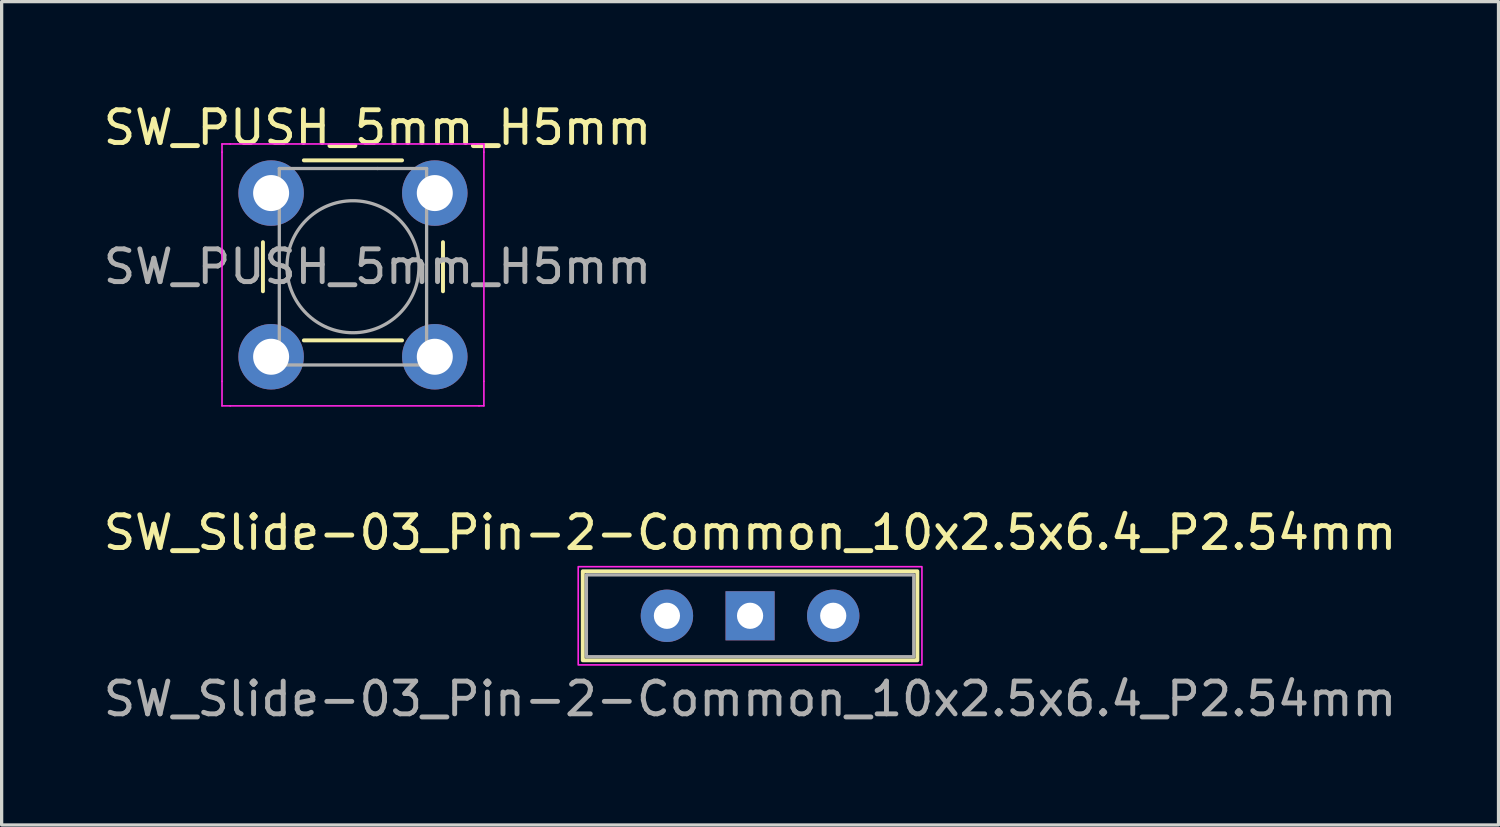
<source format=kicad_pcb>
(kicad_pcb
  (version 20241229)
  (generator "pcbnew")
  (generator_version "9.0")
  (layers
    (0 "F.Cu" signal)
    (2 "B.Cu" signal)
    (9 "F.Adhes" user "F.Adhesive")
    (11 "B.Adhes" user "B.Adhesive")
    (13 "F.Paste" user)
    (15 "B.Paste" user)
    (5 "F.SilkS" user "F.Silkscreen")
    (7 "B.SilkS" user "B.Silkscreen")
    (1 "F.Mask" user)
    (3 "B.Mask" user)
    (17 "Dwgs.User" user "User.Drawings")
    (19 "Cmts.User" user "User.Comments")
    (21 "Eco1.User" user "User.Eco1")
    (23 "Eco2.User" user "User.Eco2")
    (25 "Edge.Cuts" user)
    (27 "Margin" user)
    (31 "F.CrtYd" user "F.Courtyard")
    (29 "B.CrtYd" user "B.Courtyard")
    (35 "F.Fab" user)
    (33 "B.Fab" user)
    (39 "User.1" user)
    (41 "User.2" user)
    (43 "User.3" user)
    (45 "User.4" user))
  (footprint "SW_PUSH_5mm_H5mm"
    (layer "F.Cu")
    (at 5.232 2.848)
    (property "Reference" "SW_PUSH_5mm_H5mm" (at 3.25 -2 0) (layer "F.SilkS") (effects (font (size 1 1) (thickness 0.15))))
    (attr through_hole)
    (fp_line (start -0.25 1.5) (end -0.25 3) (stroke (width 0.12) (type solid)) (layer "F.SilkS"))
    (fp_line (start 1 4.5) (end 4 4.5) (stroke (width 0.12) (type solid)) (layer "F.SilkS"))
    (fp_line (start 4 -1) (end 1 -1) (stroke (width 0.12) (type solid)) (layer "F.SilkS"))
    (fp_line (start 5.25 3) (end 5.25 1.5) (stroke (width 0.12) (type solid)) (layer "F.SilkS"))
    (fp_line (start -1.5 -1.5) (end -1.25 -1.5) (stroke (width 0.05) (type solid)) (layer "F.CrtYd"))
    (fp_line (start -1.5 -1.25) (end -1.5 -1.5) (stroke (width 0.05) (type solid)) (layer "F.CrtYd"))
    (fp_line (start -1.5 5.75) (end -1.5 -1.25) (stroke (width 0.05) (type solid)) (layer "F.CrtYd"))
    (fp_line (start -1.5 5.75) (end -1.5 6.5) (stroke (width 0.05) (type solid)) (layer "F.CrtYd"))
    (fp_line (start -1.5 6.5) (end -1.25 6.5) (stroke (width 0.05) (type solid)) (layer "F.CrtYd"))
    (fp_line (start -1.25 -1.5) (end 6.25 -1.5) (stroke (width 0.05) (type default)) (layer "F.CrtYd"))
    (fp_line (start -1.25 6.5) (end 6.35 6.5) (stroke (width 0.05) (type solid)) (layer "F.CrtYd"))
    (fp_line (start 6.25 -1.5) (end 6.5 -1.5) (stroke (width 0.05) (type solid)) (layer "F.CrtYd"))
    (fp_line (start 6.35 6.5) (end 6.5 6.5) (stroke (width 0.05) (type solid)) (layer "F.CrtYd"))
    (fp_line (start 6.5 -1.5) (end 6.5 -1.25) (stroke (width 0.05) (type solid)) (layer "F.CrtYd"))
    (fp_line (start 6.5 -1.25) (end 6.5 5.75) (stroke (width 0.05) (type solid)) (layer "F.CrtYd"))
    (fp_line (start 6.5 6.5) (end 6.5 5.75) (stroke (width 0.05) (type solid)) (layer "F.CrtYd"))
    (fp_line (start 0.25 -0.75) (end 3.25 -0.75) (stroke (width 0.1) (type solid)) (layer "F.Fab"))
    (fp_line (start 0.25 5.25) (end 0.25 -0.75) (stroke (width 0.1) (type solid)) (layer "F.Fab"))
    (fp_line (start 3.25 -0.75) (end 4.75 -0.75) (stroke (width 0.1) (type solid)) (layer "F.Fab"))
    (fp_line (start 4.75 -0.75) (end 4.75 5.25) (stroke (width 0.1) (type solid)) (layer "F.Fab"))
    (fp_line (start 4.75 5.25) (end 0.25 5.25) (stroke (width 0.1) (type solid)) (layer "F.Fab"))
    (fp_circle (center 2.5 2.25) (end 4.516 2.25) (stroke (width 0.1) (type solid)) (fill no) (layer "F.Fab"))
    (fp_text user "${REFERENCE}" (at 3.25 2.25 0) (layer "F.Fab") (effects (font (size 1 1) (thickness 0.15))))
    (pad "1" thru_hole circle (at 0 0 90) (size 2 2) (drill 1.1) (layers "*.Cu" "*.Mask"))
    (pad "1" thru_hole circle (at 5 0 90) (size 2 2) (drill 1.1) (layers "*.Cu" "*.Mask"))
    (pad "2" thru_hole circle (at 0 5 90) (size 2 2) (drill 1.1) (layers "*.Cu" "*.Mask"))
    (pad "2" thru_hole circle (at 5 5 90) (size 2 2) (drill 1.1) (layers "*.Cu" "*.Mask")))
  (footprint "SW_Slide-03_Pin-2-Common_10x2.5x6.4_P2.54mm"
    (layer "F.Cu")
    (at 19.863 15.761)
    (property "Reference" "SW_Slide-03_Pin-2-Common_10x2.5x6.4_P2.54mm" (at 0 -2.54 0) (layer "F.SilkS") (effects (font (size 1 1) (thickness 0.15))))
    (attr through_hole)
    (fp_rect (start -5.11 -1.36) (end 5.11 1.36) (stroke (width 0.12) (type default)) (fill no) (layer "F.SilkS"))
    (fp_rect (start -5.25 -1.5) (end 5.25 1.5) (stroke (width 0.05) (type default)) (fill no) (layer "F.CrtYd"))
    (fp_rect (start -5 -1.25) (end 5 1.25) (stroke (width 0.1) (type default)) (fill no) (layer "F.Fab"))
    (fp_text user "${REFERENCE}" (at 0 2.54 0) (layer "F.Fab") (effects (font (size 1 1) (thickness 0.15))))
    (pad "1" thru_hole circle (at -2.54 0) (size 1.6 1.6) (drill 0.8) (layers "*.Cu" "*.Mask"))
    (pad "2" thru_hole rect (at 0 0) (size 1.5 1.5) (drill 0.8) (layers "*.Cu" "*.Mask"))
    (pad "3" thru_hole circle (at 2.54 0) (size 1.6 1.6) (drill 0.8) (layers "*.Cu" "*.Mask")))
  (gr_rect
    (start -3 -3)
    (end 42.726 22.15)
    (stroke (width 0.1) (type default))
    (fill no)
    (layer "Edge.Cuts")))
</source>
